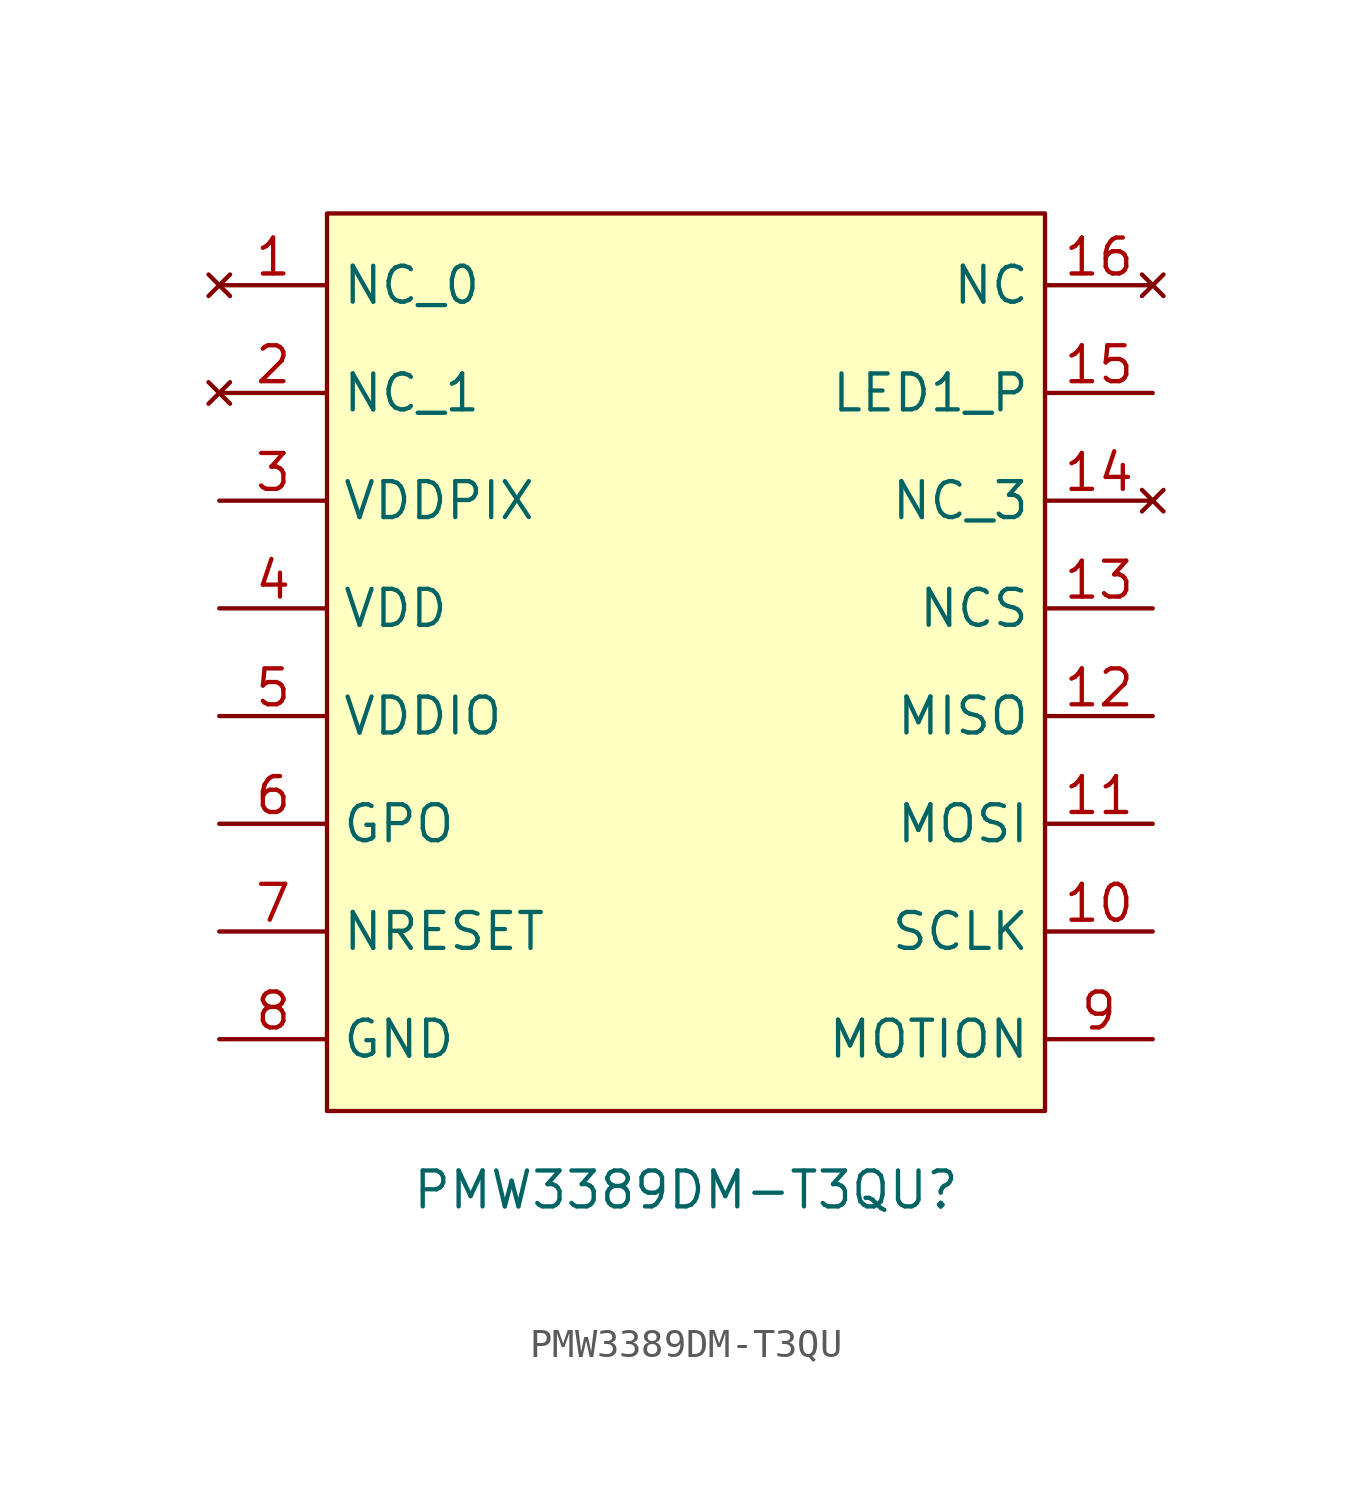
<source format=kicad_sym>
(kicad_symbol_lib
  (version 20231120)
  (generator "kicad_symbol_editor")
  (generator_version "8.0")
  (symbol "PMW3389DM-T3QU"
    (property "Reference" "PMW3389DM-T3QU"
      (at 0 -19.304 0)
      (effects (font (size 1.27 1.27))))
    (property "Value" ""
      (at 0 -17.78 0)
      (effects (font (size 1.27 1.27))))
    (symbol "PMW3389DM-T3QU_0_1"
      (rectangle (start -12.7 15.24) (end 12.7 -16.51) (stroke (width 0) (type default)) (fill (type background))))
    (symbol "PMW3389DM-T3QU_1_1"
      (pin no_connect line (at -16.51 12.7 0) (length 3.81) (name "NC_0" (effects (font (size 1.27 1.27)))) (number "1" (effects (font (size 1.27 1.27)))))
      (pin input line (at 16.51 -10.16 180) (length 3.81) (name "SCLK" (effects (font (size 1.27 1.27)))) (number "10" (effects (font (size 1.27 1.27)))))
      (pin input line (at 16.51 -6.35 180) (length 3.81) (name "MOSI" (effects (font (size 1.27 1.27)))) (number "11" (effects (font (size 1.27 1.27)))))
      (pin output line (at 16.51 -2.54 180) (length 3.81) (name "MISO" (effects (font (size 1.27 1.27)))) (number "12" (effects (font (size 1.27 1.27)))))
      (pin input line (at 16.51 1.27 180) (length 3.81) (name "NCS" (effects (font (size 1.27 1.27)))) (number "13" (effects (font (size 1.27 1.27)))))
      (pin no_connect line (at 16.51 5.08 180) (length 3.81) (name "NC_3" (effects (font (size 1.27 1.27)))) (number "14" (effects (font (size 1.27 1.27)))))
      (pin input line (at 16.51 8.89 180) (length 3.81) (name "LED1_P" (effects (font (size 1.27 1.27)))) (number "15" (effects (font (size 1.27 1.27)))))
      (pin no_connect line (at 16.51 12.7 180) (length 3.81) (name "NC" (effects (font (size 1.27 1.27)))) (number "16" (effects (font (size 1.27 1.27)))))
      (pin no_connect line (at -16.51 8.89 0) (length 3.81) (name "NC_1" (effects (font (size 1.27 1.27)))) (number "2" (effects (font (size 1.27 1.27)))))
      (pin power_in line (at -16.51 5.08 0) (length 3.81) (name "VDDPIX" (effects (font (size 1.27 1.27)))) (number "3" (effects (font (size 1.27 1.27)))))
      (pin power_in line (at -16.51 1.27 0) (length 3.81) (name "VDD" (effects (font (size 1.27 1.27)))) (number "4" (effects (font (size 1.27 1.27)))))
      (pin power_in line (at -16.51 -2.54 0) (length 3.81) (name "VDDIO" (effects (font (size 1.27 1.27)))) (number "5" (effects (font (size 1.27 1.27)))))
      (pin output line (at -16.51 -6.35 0) (length 3.81) (name "GPO" (effects (font (size 1.27 1.27)))) (number "6" (effects (font (size 1.27 1.27)))))
      (pin input line (at -16.51 -10.16 0) (length 3.81) (name "NRESET" (effects (font (size 1.27 1.27)))) (number "7" (effects (font (size 1.27 1.27)))))
      (pin power_out line (at -16.51 -13.97 0) (length 3.81) (name "GND" (effects (font (size 1.27 1.27)))) (number "8" (effects (font (size 1.27 1.27)))))
      (pin output line (at 16.51 -13.97 180) (length 3.81) (name "MOTION" (effects (font (size 1.27 1.27)))) (number "9" (effects (font (size 1.27 1.27))))))))
</source>
